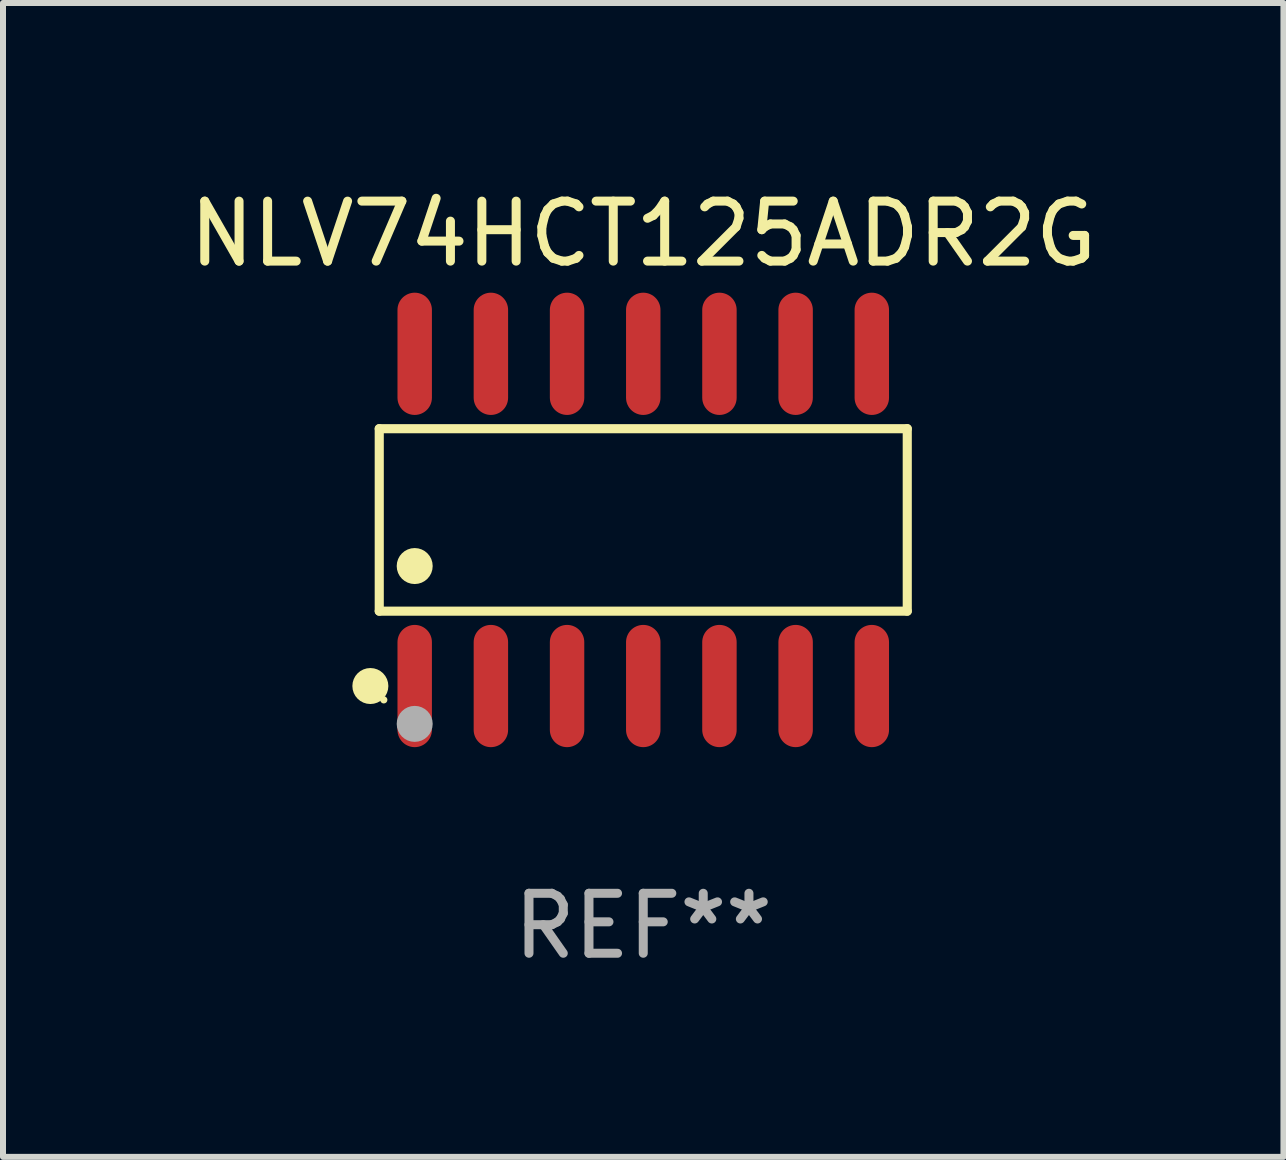
<source format=kicad_pcb>
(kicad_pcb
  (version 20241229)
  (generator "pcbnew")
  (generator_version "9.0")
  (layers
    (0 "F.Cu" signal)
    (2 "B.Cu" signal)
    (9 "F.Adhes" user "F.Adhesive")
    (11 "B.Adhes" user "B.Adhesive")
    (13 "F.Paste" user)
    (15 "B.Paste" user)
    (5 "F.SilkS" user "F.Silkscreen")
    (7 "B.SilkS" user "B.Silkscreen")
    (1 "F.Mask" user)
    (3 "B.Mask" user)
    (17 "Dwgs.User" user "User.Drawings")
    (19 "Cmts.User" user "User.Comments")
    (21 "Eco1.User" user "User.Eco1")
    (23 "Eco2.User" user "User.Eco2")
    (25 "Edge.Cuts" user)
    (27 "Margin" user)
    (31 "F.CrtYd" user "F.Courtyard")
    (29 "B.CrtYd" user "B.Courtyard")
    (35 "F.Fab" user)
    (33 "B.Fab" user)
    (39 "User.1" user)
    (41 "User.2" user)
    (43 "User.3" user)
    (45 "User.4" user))
  (footprint "NLV74HCT125ADR2G"
    (layer "F.Cu")
    (at 7.673 5.617)
    (property "Reference" "NLV74HCT125ADR2G" (at 0 -4.769 0) (layer "F.SilkS") (effects (font (size 1 1) (thickness 0.15))))
    (attr through_hole)
    (fp_line (start -4.401 -1.521) (end 4.401 -1.521) (stroke (width 0.152) (type solid)) (layer "F.SilkS"))
    (fp_line (start -4.401 1.521) (end -4.401 -1.521) (stroke (width 0.152) (type solid)) (layer "F.SilkS"))
    (fp_line (start 4.401 -1.521) (end 4.401 1.521) (stroke (width 0.152) (type solid)) (layer "F.SilkS"))
    (fp_line (start 4.401 1.521) (end -4.401 1.521) (stroke (width 0.152) (type solid)) (layer "F.SilkS"))
    (fp_circle (center -4.549 2.769) (end -4.399 2.769) (stroke (width 0.3) (type solid)) (fill no) (layer "F.SilkS"))
    (fp_circle (center -4.325 3) (end -4.295 3) (stroke (width 0.06) (type solid)) (fill no) (layer "F.SilkS"))
    (fp_circle (center -3.81 0.769) (end -3.66 0.769) (stroke (width 0.3) (type solid)) (fill no) (layer "F.SilkS"))
    (fp_circle (center -3.81 3.4) (end -3.66 3.4) (stroke (width 0.3) (type solid)) (fill no) (layer "F.Fab"))
    (fp_text user "REF**" (at 0 6.769 0) (layer "F.Fab") (effects (font (size 1 1) (thickness 0.15))))
    (pad "1" smd oval (at -3.81 2.769) (size 0.574 2.038) (layers "F.Cu" "F.Mask" "F.Paste"))
    (pad "2" smd oval (at -2.54 2.769) (size 0.574 2.038) (layers "F.Cu" "F.Mask" "F.Paste"))
    (pad "3" smd oval (at -1.27 2.769) (size 0.574 2.038) (layers "F.Cu" "F.Mask" "F.Paste"))
    (pad "4" smd oval (at 0 2.769) (size 0.574 2.038) (layers "F.Cu" "F.Mask" "F.Paste"))
    (pad "5" smd oval (at 1.27 2.769) (size 0.574 2.038) (layers "F.Cu" "F.Mask" "F.Paste"))
    (pad "6" smd oval (at 2.54 2.769) (size 0.574 2.038) (layers "F.Cu" "F.Mask" "F.Paste"))
    (pad "7" smd oval (at 3.81 2.769) (size 0.574 2.038) (layers "F.Cu" "F.Mask" "F.Paste"))
    (pad "8" smd oval (at 3.81 -2.769) (size 0.574 2.038) (layers "F.Cu" "F.Mask" "F.Paste"))
    (pad "9" smd oval (at 2.54 -2.769) (size 0.574 2.038) (layers "F.Cu" "F.Mask" "F.Paste"))
    (pad "10" smd oval (at 1.27 -2.769) (size 0.574 2.038) (layers "F.Cu" "F.Mask" "F.Paste"))
    (pad "11" smd oval (at 0 -2.769) (size 0.574 2.038) (layers "F.Cu" "F.Mask" "F.Paste"))
    (pad "12" smd oval (at -1.27 -2.769) (size 0.574 2.038) (layers "F.Cu" "F.Mask" "F.Paste"))
    (pad "13" smd oval (at -2.54 -2.769) (size 0.574 2.038) (layers "F.Cu" "F.Mask" "F.Paste"))
    (pad "14" smd oval (at -3.81 -2.769) (size 0.574 2.038) (layers "F.Cu" "F.Mask" "F.Paste")))
  (gr_rect
    (start -3 -3)
    (end 18.345 16.235)
    (stroke (width 0.1) (type default))
    (fill no)
    (layer "Edge.Cuts")))
</source>
